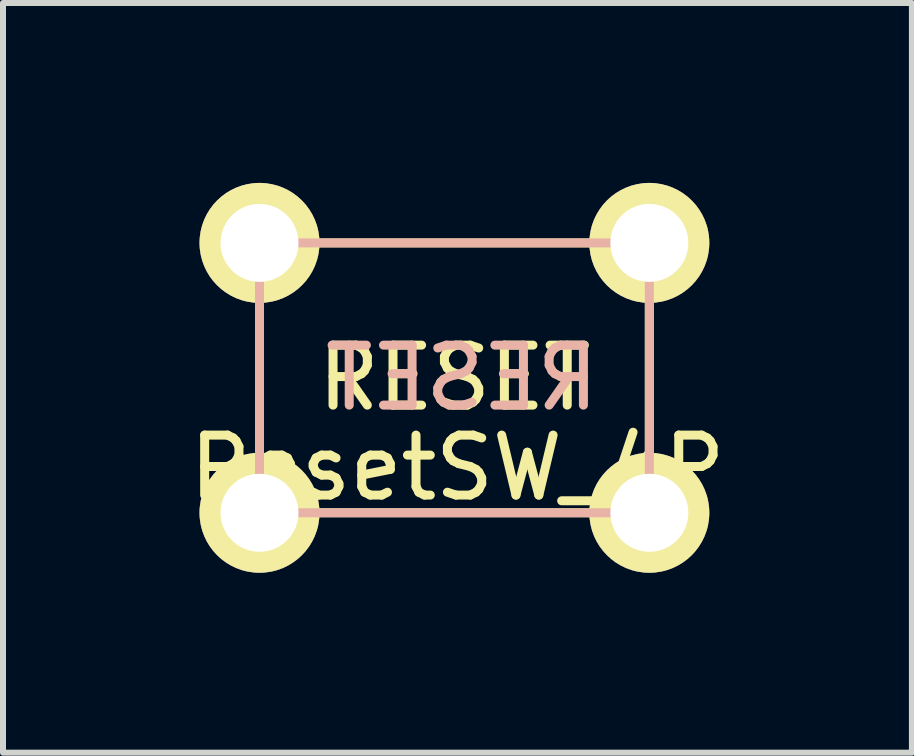
<source format=kicad_pcb>
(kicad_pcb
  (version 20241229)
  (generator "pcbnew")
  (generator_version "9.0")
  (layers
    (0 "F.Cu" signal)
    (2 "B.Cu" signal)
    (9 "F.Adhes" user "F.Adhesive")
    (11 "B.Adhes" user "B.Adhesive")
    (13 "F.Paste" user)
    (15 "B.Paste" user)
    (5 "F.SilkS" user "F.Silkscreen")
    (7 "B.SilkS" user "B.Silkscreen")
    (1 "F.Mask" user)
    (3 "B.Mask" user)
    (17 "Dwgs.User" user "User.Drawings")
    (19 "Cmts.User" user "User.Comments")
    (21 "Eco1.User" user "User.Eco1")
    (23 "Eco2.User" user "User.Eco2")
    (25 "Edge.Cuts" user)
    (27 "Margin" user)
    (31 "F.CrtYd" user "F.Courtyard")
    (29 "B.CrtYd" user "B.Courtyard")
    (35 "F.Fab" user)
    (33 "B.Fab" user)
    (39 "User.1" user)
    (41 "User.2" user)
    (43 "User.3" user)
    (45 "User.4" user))
  (footprint "ResetSW_4P"
    (layer "F.Cu")
    (at 4.527 3.25)
    (property "Reference" "ResetSW_4P" (at 0.05 1.5 0) (layer "F.SilkS") (effects (font (size 1 1) (thickness 0.15))))
    (attr through_hole)
    (fp_line (start -3.25 -2.25) (end -3.25 2.25) (stroke (width 0.15) (type solid)) (layer "F.SilkS"))
    (fp_line (start -3.25 2.25) (end 3.25 2.25) (stroke (width 0.15) (type solid)) (layer "F.SilkS"))
    (fp_line (start 3.25 -2.25) (end -3.25 -2.25) (stroke (width 0.15) (type solid)) (layer "F.SilkS"))
    (fp_line (start 3.25 2.25) (end 3.25 -2.25) (stroke (width 0.15) (type solid)) (layer "F.SilkS"))
    (fp_line (start -3.25 -2.25) (end -3.25 2.25) (stroke (width 0.15) (type solid)) (layer "B.SilkS"))
    (fp_line (start -3.25 2.25) (end 3.25 2.25) (stroke (width 0.15) (type solid)) (layer "B.SilkS"))
    (fp_line (start 3.25 -2.25) (end -3.25 -2.25) (stroke (width 0.15) (type solid)) (layer "B.SilkS"))
    (fp_line (start 3.25 2.25) (end 3.25 -2.25) (stroke (width 0.15) (type solid)) (layer "B.SilkS"))
    (fp_text user "RESET" (at 0 0 0) (layer "F.SilkS") (effects (font (size 1 1) (thickness 0.15))))
    (fp_text user "RESET" (at 0.127 0 0) (layer "B.SilkS") (effects (font (size 1 1) (thickness 0.15)) (justify mirror)))
    (pad "1" thru_hole circle (at -3.25 -2.25) (size 2 2) (drill 1.3) (layers "*.Cu" "*.Mask" "F.SilkS"))
    (pad "1" thru_hole circle (at 3.25 -2.25) (size 2 2) (drill 1.3) (layers "*.Cu" "*.Mask" "F.SilkS"))
    (pad "2" thru_hole circle (at -3.25 2.25) (size 2 2) (drill 1.3) (layers "*.Cu" "*.Mask" "F.SilkS"))
    (pad "2" thru_hole circle (at 3.25 2.25) (size 2 2) (drill 1.3) (layers "*.Cu" "*.Mask" "F.SilkS")))
  (gr_rect
    (start -3 -3)
    (end 12.155 9.5)
    (stroke (width 0.1) (type default))
    (fill no)
    (layer "Edge.Cuts")))
</source>
